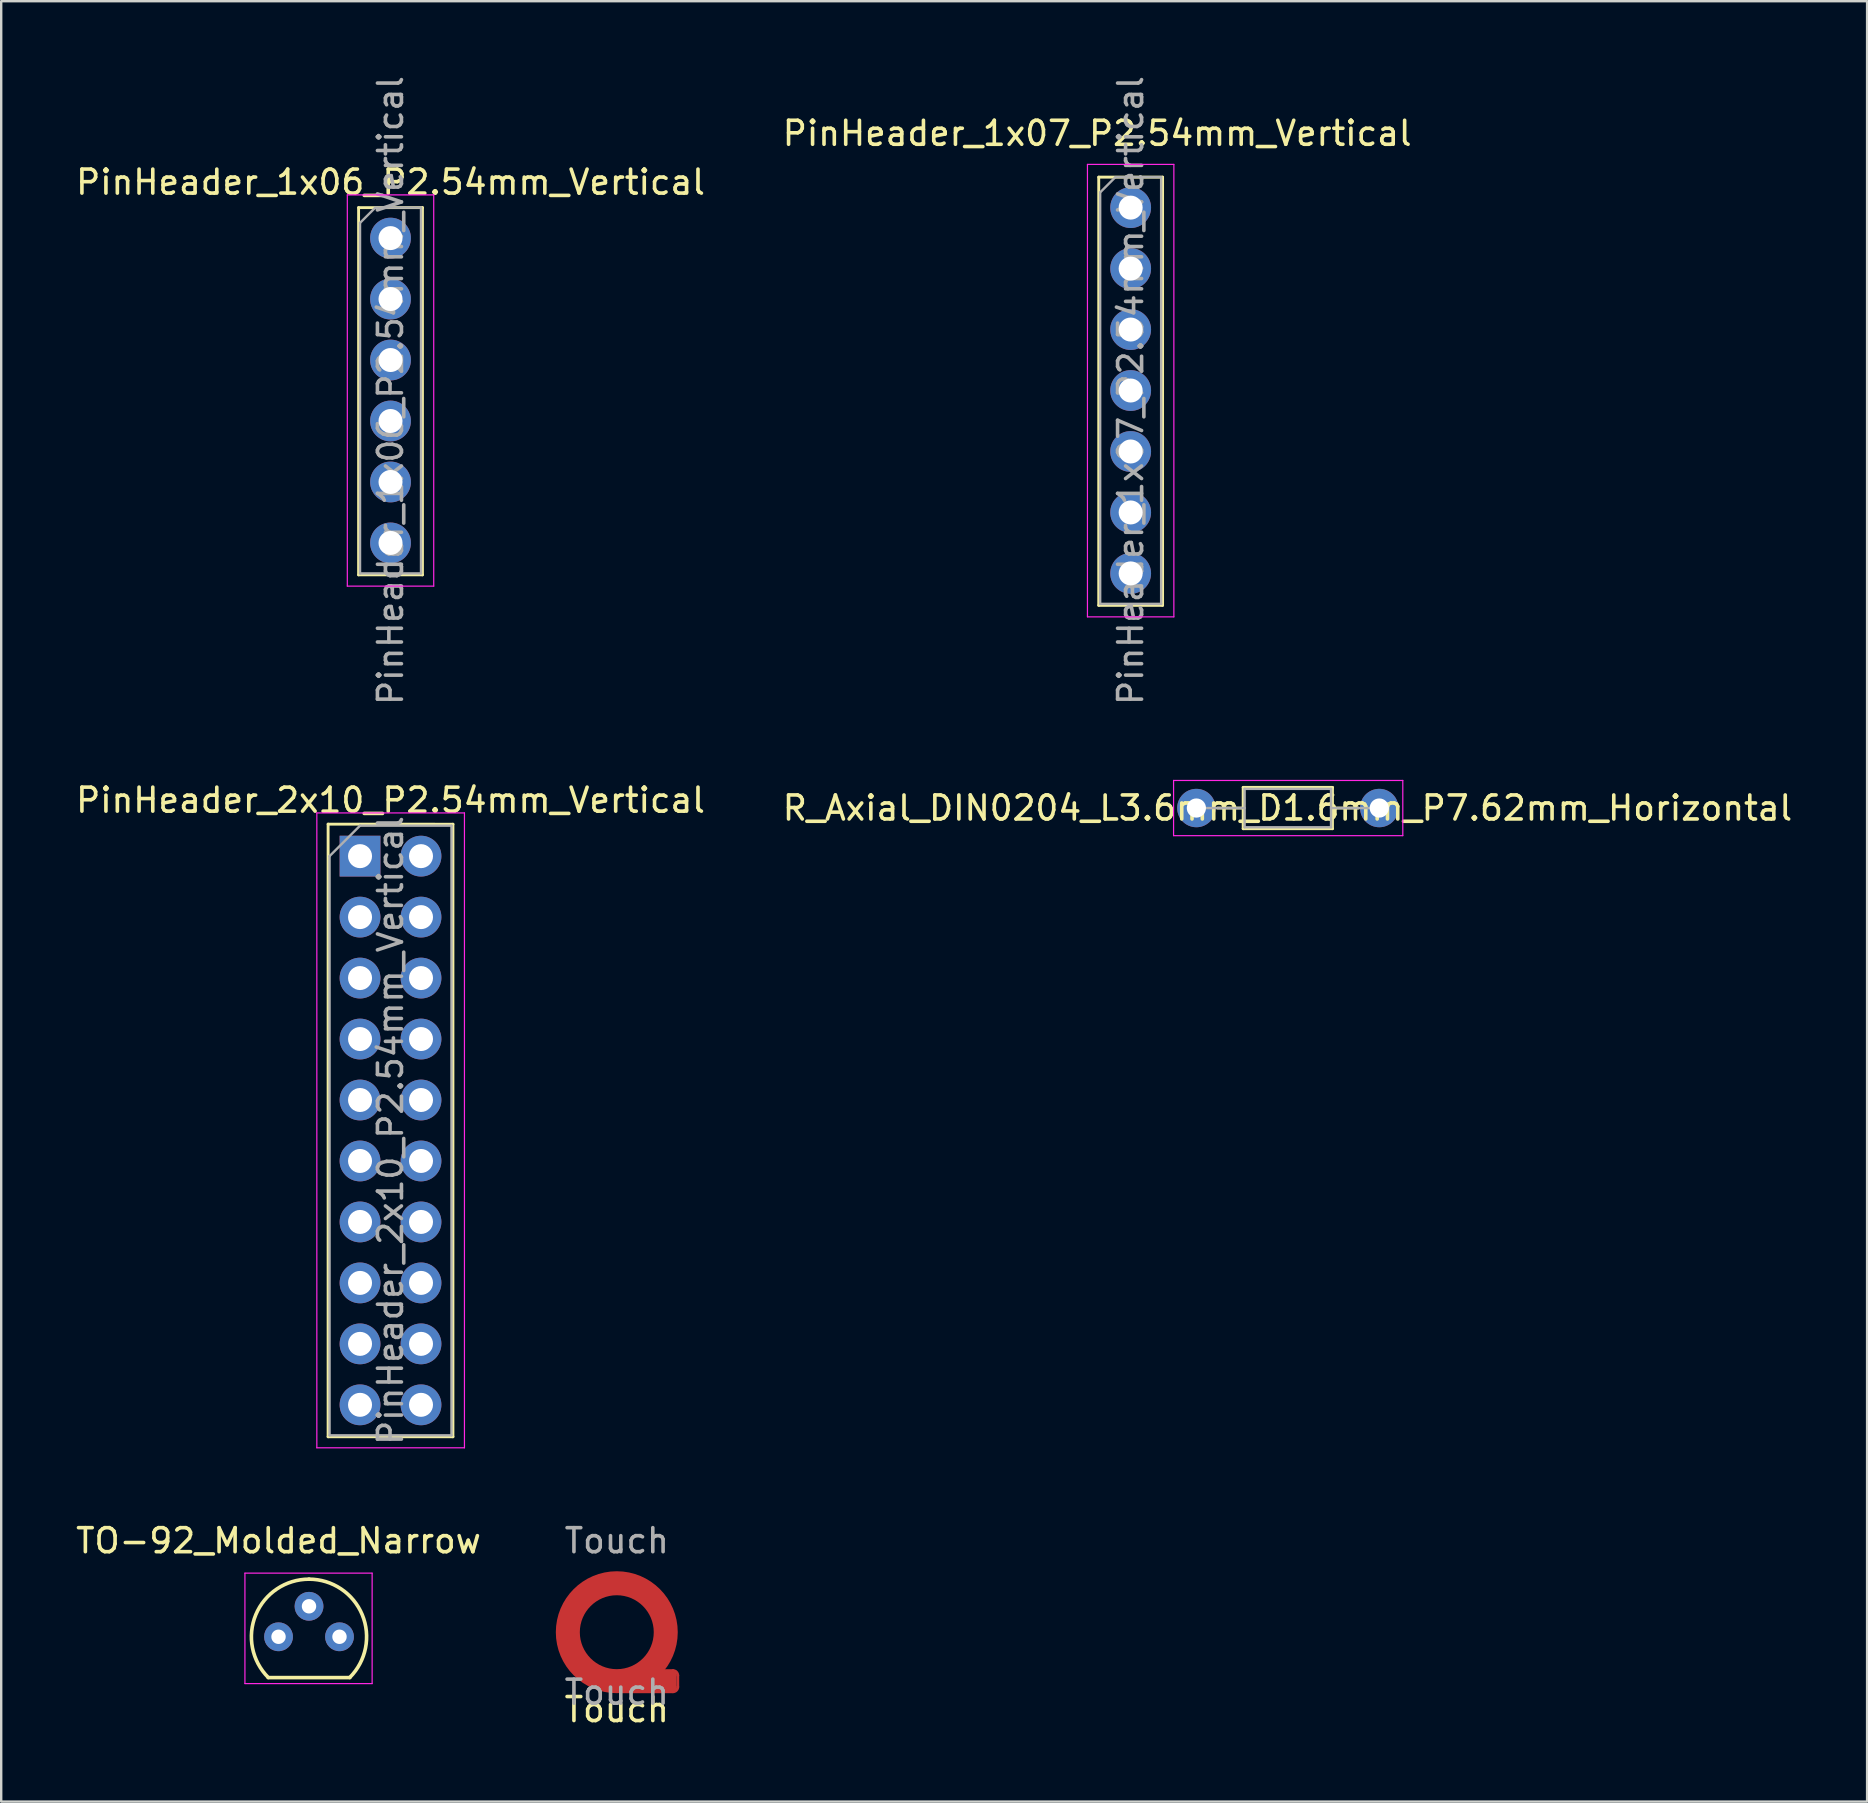
<source format=kicad_pcb>
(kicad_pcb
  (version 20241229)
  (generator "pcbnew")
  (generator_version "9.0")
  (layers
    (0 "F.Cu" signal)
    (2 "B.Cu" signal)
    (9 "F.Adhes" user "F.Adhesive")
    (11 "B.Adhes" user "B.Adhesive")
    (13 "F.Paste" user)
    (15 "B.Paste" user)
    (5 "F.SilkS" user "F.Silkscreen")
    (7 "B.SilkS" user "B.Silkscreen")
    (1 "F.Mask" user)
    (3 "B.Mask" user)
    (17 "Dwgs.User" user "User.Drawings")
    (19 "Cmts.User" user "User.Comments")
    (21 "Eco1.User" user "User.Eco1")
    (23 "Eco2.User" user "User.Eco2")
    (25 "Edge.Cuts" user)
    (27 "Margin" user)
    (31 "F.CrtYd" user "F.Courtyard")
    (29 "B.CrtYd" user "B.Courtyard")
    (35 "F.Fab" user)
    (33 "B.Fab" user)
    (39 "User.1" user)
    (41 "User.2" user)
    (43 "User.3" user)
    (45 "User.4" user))
  (footprint "R_Axial_DIN0204_L3.6mm_D1.6mm_P7.62mm_Horizontal"
    (layer "F.Cu")
    (at 46.794 30.615)
    (property "Reference" "R_Axial_DIN0204_L3.6mm_D1.6mm_P7.62mm_Horizontal" (at 3.795 0.0002 0) (layer "F.SilkS") (effects (font (size 1 1) (thickness 0.15))))
    (attr through_hole)
    (fp_line (start 0.88 0) (end 1.95 0) (stroke (width 0.12) (type solid)) (layer "F.SilkS"))
    (fp_line (start 1.95 -0.86) (end 1.95 0.86) (stroke (width 0.12) (type solid)) (layer "F.SilkS"))
    (fp_line (start 1.95 0.86) (end 5.67 0.86) (stroke (width 0.12) (type solid)) (layer "F.SilkS"))
    (fp_line (start 5.67 -0.86) (end 1.95 -0.86) (stroke (width 0.12) (type solid)) (layer "F.SilkS"))
    (fp_line (start 5.67 0.86) (end 5.67 -0.86) (stroke (width 0.12) (type solid)) (layer "F.SilkS"))
    (fp_line (start 6.74 0) (end 5.67 0) (stroke (width 0.12) (type solid)) (layer "F.SilkS"))
    (fp_line (start -0.95 -1.15) (end -0.95 1.15) (stroke (width 0.05) (type solid)) (layer "F.CrtYd"))
    (fp_line (start -0.95 1.15) (end 8.6 1.15) (stroke (width 0.05) (type solid)) (layer "F.CrtYd"))
    (fp_line (start 8.6 -1.15) (end -0.95 -1.15) (stroke (width 0.05) (type solid)) (layer "F.CrtYd"))
    (fp_line (start 8.6 1.15) (end 8.6 -1.15) (stroke (width 0.05) (type solid)) (layer "F.CrtYd"))
    (fp_line (start 0 0) (end 2.01 0) (stroke (width 0.1) (type solid)) (layer "F.Fab"))
    (fp_line (start 2.01 -0.8) (end 2.01 0.8) (stroke (width 0.1) (type solid)) (layer "F.Fab"))
    (fp_line (start 2.01 0.8) (end 5.61 0.8) (stroke (width 0.1) (type solid)) (layer "F.Fab"))
    (fp_line (start 5.61 -0.8) (end 2.01 -0.8) (stroke (width 0.1) (type solid)) (layer "F.Fab"))
    (fp_line (start 5.61 0.8) (end 5.61 -0.8) (stroke (width 0.1) (type solid)) (layer "F.Fab"))
    (fp_line (start 7.62 0) (end 5.61 0) (stroke (width 0.1) (type solid)) (layer "F.Fab"))
    (pad "1" thru_hole circle (at 0 0) (size 1.6 1.6) (drill 0.8) (layers "*.Cu" "*.Mask"))
    (pad "2" thru_hole circle (at 7.62 0) (size 1.6 1.6) (drill 0.8) (layers "*.Cu" "*.Mask")))
  (footprint "PinHeader_1x07_P2.54mm_Vertical"
    (layer "F.Cu")
    (at 44.056 5.6)
    (property "Reference" "PinHeader_1x07_P2.54mm_Vertical" (at -1.395 -3.095 0) (layer "F.SilkS") (effects (font (size 1 1) (thickness 0.15))))
    (attr through_hole)
    (fp_line (start -1.33 -1.27) (end -1.33 16.57) (stroke (width 0.12) (type solid)) (layer "F.SilkS"))
    (fp_line (start -1.33 -1.27) (end 1.33 -1.27) (stroke (width 0.12) (type solid)) (layer "F.SilkS"))
    (fp_line (start -1.33 16.57) (end 1.33 16.57) (stroke (width 0.12) (type solid)) (layer "F.SilkS"))
    (fp_line (start 1.33 -1.27) (end 1.33 16.57) (stroke (width 0.12) (type solid)) (layer "F.SilkS"))
    (fp_line (start -1.8 -1.8) (end -1.8 17.05) (stroke (width 0.05) (type solid)) (layer "F.CrtYd"))
    (fp_line (start -1.8 17.05) (end 1.8 17.05) (stroke (width 0.05) (type solid)) (layer "F.CrtYd"))
    (fp_line (start 1.8 -1.8) (end -1.8 -1.8) (stroke (width 0.05) (type solid)) (layer "F.CrtYd"))
    (fp_line (start 1.8 17.05) (end 1.8 -1.8) (stroke (width 0.05) (type solid)) (layer "F.CrtYd"))
    (fp_line (start -1.27 -0.635) (end -0.635 -1.27) (stroke (width 0.1) (type solid)) (layer "F.Fab"))
    (fp_line (start -1.27 16.51) (end -1.27 -0.635) (stroke (width 0.1) (type solid)) (layer "F.Fab"))
    (fp_line (start -0.635 -1.27) (end 1.27 -1.27) (stroke (width 0.1) (type solid)) (layer "F.Fab"))
    (fp_line (start 1.27 -1.27) (end 1.27 16.51) (stroke (width 0.1) (type solid)) (layer "F.Fab"))
    (fp_line (start 1.27 16.51) (end -1.27 16.51) (stroke (width 0.1) (type solid)) (layer "F.Fab"))
    (fp_text user "${REFERENCE}" (at 0 7.62 90) (layer "F.Fab") (effects (font (size 1 1) (thickness 0.15))))
    (pad "1" thru_hole oval (at 0 0) (size 1.7 1.7) (drill 1) (layers "*.Cu" "*.Mask"))
    (pad "2" thru_hole oval (at 0 2.54) (size 1.7 1.7) (drill 1) (layers "*.Cu" "*.Mask"))
    (pad "3" thru_hole oval (at 0 5.08) (size 1.7 1.7) (drill 1) (layers "*.Cu" "*.Mask"))
    (pad "4" thru_hole oval (at 0 7.62) (size 1.7 1.7) (drill 1) (layers "*.Cu" "*.Mask"))
    (pad "5" thru_hole oval (at 0 10.16) (size 1.7 1.7) (drill 1) (layers "*.Cu" "*.Mask"))
    (pad "6" thru_hole oval (at 0 12.7) (size 1.7 1.7) (drill 1) (layers "*.Cu" "*.Mask"))
    (pad "7" thru_hole oval (at 0 15.24) (size 1.7 1.7) (drill 1) (layers "*.Cu" "*.Mask")))
  (footprint "PinHeader_2x10_P2.54mm_Vertical"
    (layer "F.Cu")
    (at 11.95 32.619)
    (property "Reference" "PinHeader_2x10_P2.54mm_Vertical" (at 1.27 -2.33 0) (layer "F.SilkS") (effects (font (size 1 1) (thickness 0.15))))
    (attr through_hole)
    (fp_line (start -1.33 -1.333) (end -1.33 24.19) (stroke (width 0.12) (type solid)) (layer "F.SilkS"))
    (fp_line (start -1.33 -1.333) (end 3.87 -1.33) (stroke (width 0.12) (type solid)) (layer "F.SilkS"))
    (fp_line (start -1.33 24.19) (end 3.87 24.19) (stroke (width 0.12) (type solid)) (layer "F.SilkS"))
    (fp_line (start 3.87 -1.33) (end 3.87 24.19) (stroke (width 0.12) (type solid)) (layer "F.SilkS"))
    (fp_line (start -1.8 -1.8) (end -1.8 24.65) (stroke (width 0.05) (type solid)) (layer "F.CrtYd"))
    (fp_line (start -1.8 24.65) (end 4.35 24.65) (stroke (width 0.05) (type solid)) (layer "F.CrtYd"))
    (fp_line (start 4.35 -1.8) (end -1.8 -1.8) (stroke (width 0.05) (type solid)) (layer "F.CrtYd"))
    (fp_line (start 4.35 24.65) (end 4.35 -1.8) (stroke (width 0.05) (type solid)) (layer "F.CrtYd"))
    (fp_line (start -1.27 0) (end 0 -1.27) (stroke (width 0.1) (type solid)) (layer "F.Fab"))
    (fp_line (start -1.27 24.13) (end -1.27 0) (stroke (width 0.1) (type solid)) (layer "F.Fab"))
    (fp_line (start 0 -1.27) (end 3.81 -1.27) (stroke (width 0.1) (type solid)) (layer "F.Fab"))
    (fp_line (start 3.81 -1.27) (end 3.81 24.13) (stroke (width 0.1) (type solid)) (layer "F.Fab"))
    (fp_line (start 3.81 24.13) (end -1.27 24.13) (stroke (width 0.1) (type solid)) (layer "F.Fab"))
    (fp_text user "${REFERENCE}" (at 1.27 11.43 90) (layer "F.Fab") (effects (font (size 1 1) (thickness 0.15))))
    (pad "1" thru_hole rect (at 0 0) (size 1.7 1.7) (drill 1) (layers "*.Cu" "*.Mask"))
    (pad "2" thru_hole oval (at 2.54 0) (size 1.7 1.7) (drill 1) (layers "*.Cu" "*.Mask"))
    (pad "3" thru_hole oval (at 0 2.54) (size 1.7 1.7) (drill 1) (layers "*.Cu" "*.Mask"))
    (pad "4" thru_hole oval (at 2.54 2.54) (size 1.7 1.7) (drill 1) (layers "*.Cu" "*.Mask"))
    (pad "5" thru_hole oval (at 0 5.08) (size 1.7 1.7) (drill 1) (layers "*.Cu" "*.Mask"))
    (pad "6" thru_hole oval (at 2.54 5.08) (size 1.7 1.7) (drill 1) (layers "*.Cu" "*.Mask"))
    (pad "7" thru_hole oval (at 0 7.62) (size 1.7 1.7) (drill 1) (layers "*.Cu" "*.Mask"))
    (pad "8" thru_hole oval (at 2.54 7.62) (size 1.7 1.7) (drill 1) (layers "*.Cu" "*.Mask"))
    (pad "9" thru_hole oval (at 0 10.16) (size 1.7 1.7) (drill 1) (layers "*.Cu" "*.Mask"))
    (pad "10" thru_hole oval (at 2.54 10.16) (size 1.7 1.7) (drill 1) (layers "*.Cu" "*.Mask"))
    (pad "11" thru_hole oval (at 0 12.7) (size 1.7 1.7) (drill 1) (layers "*.Cu" "*.Mask"))
    (pad "12" thru_hole oval (at 2.54 12.7) (size 1.7 1.7) (drill 1) (layers "*.Cu" "*.Mask"))
    (pad "13" thru_hole oval (at 0 15.24) (size 1.7 1.7) (drill 1) (layers "*.Cu" "*.Mask"))
    (pad "14" thru_hole oval (at 2.54 15.24) (size 1.7 1.7) (drill 1) (layers "*.Cu" "*.Mask"))
    (pad "15" thru_hole oval (at 0 17.78) (size 1.7 1.7) (drill 1) (layers "*.Cu" "*.Mask"))
    (pad "16" thru_hole oval (at 2.54 17.78) (size 1.7 1.7) (drill 1) (layers "*.Cu" "*.Mask"))
    (pad "17" thru_hole oval (at 0 20.32) (size 1.7 1.7) (drill 1) (layers "*.Cu" "*.Mask"))
    (pad "18" thru_hole oval (at 2.54 20.32) (size 1.7 1.7) (drill 1) (layers "*.Cu" "*.Mask"))
    (pad "19" thru_hole oval (at 0 22.86) (size 1.7 1.7) (drill 1) (layers "*.Cu" "*.Mask"))
    (pad "20" thru_hole oval (at 2.54 22.86) (size 1.7 1.7) (drill 1) (layers "*.Cu" "*.Mask")))
  (footprint "PinHeader_1x06_P2.54mm_Vertical"
    (layer "F.Cu")
    (at 13.22 6.87)
    (property "Reference" "PinHeader_1x06_P2.54mm_Vertical" (at 0 -2.33 0) (layer "F.SilkS") (effects (font (size 1 1) (thickness 0.15))))
    (attr through_hole)
    (fp_line (start -1.33 -1.27) (end -1.33 14.03) (stroke (width 0.12) (type solid)) (layer "F.SilkS"))
    (fp_line (start -1.33 -1.27) (end 1.33 -1.27) (stroke (width 0.12) (type solid)) (layer "F.SilkS"))
    (fp_line (start -1.33 14.03) (end 1.33 14.03) (stroke (width 0.12) (type solid)) (layer "F.SilkS"))
    (fp_line (start 1.33 -1.27) (end 1.33 14.03) (stroke (width 0.12) (type solid)) (layer "F.SilkS"))
    (fp_line (start -1.8 -1.8) (end -1.8 14.5) (stroke (width 0.05) (type solid)) (layer "F.CrtYd"))
    (fp_line (start -1.8 14.5) (end 1.8 14.5) (stroke (width 0.05) (type solid)) (layer "F.CrtYd"))
    (fp_line (start 1.8 -1.8) (end -1.8 -1.8) (stroke (width 0.05) (type solid)) (layer "F.CrtYd"))
    (fp_line (start 1.8 14.5) (end 1.8 -1.8) (stroke (width 0.05) (type solid)) (layer "F.CrtYd"))
    (fp_line (start -1.27 -0.635) (end -0.635 -1.27) (stroke (width 0.1) (type solid)) (layer "F.Fab"))
    (fp_line (start -1.27 13.97) (end -1.27 -0.635) (stroke (width 0.1) (type solid)) (layer "F.Fab"))
    (fp_line (start -0.635 -1.27) (end 1.27 -1.27) (stroke (width 0.1) (type solid)) (layer "F.Fab"))
    (fp_line (start 1.27 -1.27) (end 1.27 13.97) (stroke (width 0.1) (type solid)) (layer "F.Fab"))
    (fp_line (start 1.27 13.97) (end -1.27 13.97) (stroke (width 0.1) (type solid)) (layer "F.Fab"))
    (fp_text user "${REFERENCE}" (at 0 6.35 270) (layer "F.Fab") (effects (font (size 1 1) (thickness 0.15))))
    (pad "1" thru_hole oval (at 0 0) (size 1.7 1.7) (drill 1) (layers "*.Cu" "*.Mask"))
    (pad "2" thru_hole oval (at 0 2.54) (size 1.7 1.7) (drill 1) (layers "*.Cu" "*.Mask"))
    (pad "3" thru_hole oval (at 0 5.08) (size 1.7 1.7) (drill 1) (layers "*.Cu" "*.Mask"))
    (pad "4" thru_hole oval (at 0 7.62) (size 1.7 1.7) (drill 1) (layers "*.Cu" "*.Mask"))
    (pad "5" thru_hole oval (at 0 10.16) (size 1.7 1.7) (drill 1) (layers "*.Cu" "*.Mask"))
    (pad "6" thru_hole oval (at 0 12.7) (size 1.7 1.7) (drill 1) (layers "*.Cu" "*.Mask")))
  (footprint "Touch"
    (layer "F.Cu")
    (at 22.647 64.952)
    (property "Reference" "Touch" (at 0 -3.81 0) (unlocked yes) (layer "F.Fab") (effects (font (size 1 1) (thickness 0.15))))
    (fp_line (start 0 2.34) (end 0 1.74) (stroke (width 0.12) (type default)) (layer "F.Cu"))
    (fp_line (start 0.2 1.6) (end 2.34 1.6) (stroke (width 0.12) (type default)) (layer "F.Cu"))
    (fp_line (start 2.34 2.48) (end 0.2 2.48) (stroke (width 0.12) (type default)) (layer "F.Cu"))
    (fp_line (start 2.54 1.8) (end 2.54 2.28) (stroke (width 0.12) (type default)) (layer "F.Cu"))
    (fp_rect (start 0 1.599) (end 2.481 2.481) (stroke (width 0) (type solid)) (fill yes) (layer "F.Cu"))
    (fp_arc (start 0 1.8) (mid 0.058578 1.658578) (end 0.2 1.6) (stroke (width 0.12) (type default)) (layer "F.Cu"))
    (fp_arc (start 0.2 2.48) (mid 0.058578 2.421422) (end 0 2.28) (stroke (width 0.12) (type default)) (layer "F.Cu"))
    (fp_arc (start 2.34 1.6) (mid 2.481422 1.658578) (end 2.54 1.8) (stroke (width 0.12) (type default)) (layer "F.Cu"))
    (fp_arc (start 2.54 2.28) (mid 2.481422 2.421422) (end 2.34 2.48) (stroke (width 0.12) (type default)) (layer "F.Cu"))
    (fp_circle (center 0 0) (end 2.04 0) (stroke (width 1) (type default)) (fill no) (layer "F.Cu"))
    (fp_line (start 0 2.34) (end 0 1.74) (stroke (width 0.12) (type default)) (layer "F.Mask"))
    (fp_line (start 0.2 1.6) (end 2.34 1.6) (stroke (width 0.12) (type default)) (layer "F.Mask"))
    (fp_line (start 2.34 2.48) (end 0.2 2.48) (stroke (width 0.12) (type default)) (layer "F.Mask"))
    (fp_line (start 2.54 1.8) (end 2.54 2.28) (stroke (width 0.12) (type default)) (layer "F.Mask"))
    (fp_rect (start 0 1.599) (end 2.481 2.481) (stroke (width 0) (type solid)) (fill yes) (layer "F.Mask"))
    (fp_arc (start 0 1.8) (mid 0.058578 1.658578) (end 0.2 1.6) (stroke (width 0.12) (type default)) (layer "F.Mask"))
    (fp_arc (start 0.2 2.48) (mid 0.058578 2.421422) (end 0 2.28) (stroke (width 0.12) (type default)) (layer "F.Mask"))
    (fp_arc (start 2.34 1.6) (mid 2.481422 1.658578) (end 2.54 1.8) (stroke (width 0.12) (type default)) (layer "F.Mask"))
    (fp_arc (start 2.54 2.28) (mid 2.481422 2.421422) (end 2.34 2.48) (stroke (width 0.12) (type default)) (layer "F.Mask"))
    (fp_circle (center 0 0) (end 2.04 0) (stroke (width 1) (type default)) (fill no) (layer "F.Mask"))
    (fp_line (start 0 2.34) (end 0 1.74) (stroke (width 0.12) (type default)) (layer "F.Paste"))
    (fp_line (start 0.2 1.6) (end 2.34 1.6) (stroke (width 0.12) (type default)) (layer "F.Paste"))
    (fp_line (start 2.34 2.48) (end 0.2 2.48) (stroke (width 0.12) (type default)) (layer "F.Paste"))
    (fp_line (start 2.54 1.8) (end 2.54 2.28) (stroke (width 0.12) (type default)) (layer "F.Paste"))
    (fp_rect (start 0 1.599) (end 2.481 2.481) (stroke (width 0) (type solid)) (fill yes) (layer "F.Paste"))
    (fp_arc (start 0 1.8) (mid 0.058578 1.658578) (end 0.2 1.6) (stroke (width 0.12) (type default)) (layer "F.Paste"))
    (fp_arc (start 0.2 2.48) (mid 0.058578 2.421422) (end 0 2.28) (stroke (width 0.12) (type default)) (layer "F.Paste"))
    (fp_arc (start 2.34 1.6) (mid 2.481422 1.658578) (end 2.54 1.8) (stroke (width 0.12) (type default)) (layer "F.Paste"))
    (fp_arc (start 2.54 2.28) (mid 2.481422 2.421422) (end 2.34 2.48) (stroke (width 0.12) (type default)) (layer "F.Paste"))
    (fp_circle (center 0 0) (end 2.04 0) (stroke (width 1) (type default)) (fill no) (layer "F.Paste"))
    (fp_text user "Touch" (at 0 3.81 0) (unlocked yes) (layer "F.SilkS") (effects (font (size 1 1) (thickness 0.15)) (justify bottom)))
    (fp_text user "${REFERENCE}" (at 0 2.5 0) (unlocked yes) (layer "F.Fab") (effects (font (size 1 1) (thickness 0.15))))
    (pad "1" smd circle (at -2.04 0) (size 0.627 0.627) (layers "F.Cu" "F.Mask" "F.Paste"))
    (pad "2" smd circle (at 2.04 0) (size 0.627 0.627) (layers "F.Cu" "F.Mask" "F.Paste")))
  (footprint "TO-92_Molded_Narrow"
    (layer "F.Cu")
    (at 8.554 65.142)
    (property "Reference" "TO-92_Molded_Narrow" (at 0 -4 0) (layer "F.SilkS") (effects (font (size 1 1) (thickness 0.15))))
    (attr through_hole)
    (fp_line (start -0.43 1.7) (end 2.97 1.7) (stroke (width 0.15) (type solid)) (layer "F.SilkS"))
    (fp_arc (start -0.427056 1.697056) (mid -0.947311 -0.91844) (end 1.27 -2.4) (stroke (width 0.15) (type solid)) (layer "F.SilkS"))
    (fp_arc (start 1.27 -2.4) (mid 3.487311 -0.91844) (end 2.967056 1.697056) (stroke (width 0.15) (type solid)) (layer "F.SilkS"))
    (fp_line (start -1.4 -2.65) (end 3.9 -2.65) (stroke (width 0.05) (type solid)) (layer "F.CrtYd"))
    (fp_line (start -1.4 1.95) (end -1.4 -2.65) (stroke (width 0.05) (type solid)) (layer "F.CrtYd"))
    (fp_line (start -1.4 1.95) (end 3.9 1.95) (stroke (width 0.05) (type solid)) (layer "F.CrtYd"))
    (fp_line (start 3.9 1.95) (end 3.9 -2.65) (stroke (width 0.05) (type solid)) (layer "F.CrtYd"))
    (pad "1" thru_hole circle (at 0 0 90) (size 1.2 1.2) (drill 0.6) (layers "*.Cu" "*.Mask"))
    (pad "2" thru_hole circle (at 1.27 -1.27 90) (size 1.2 1.2) (drill 0.6) (layers "*.Cu" "*.Mask"))
    (pad "3" thru_hole circle (at 2.54 0 90) (size 1.2 1.2) (drill 0.6) (layers "*.Cu" "*.Mask")))
  (gr_rect
    (start -3 -3)
    (end 74.738 72.008)
    (stroke (width 0.1) (type default))
    (fill no)
    (layer "Edge.Cuts")))
</source>
